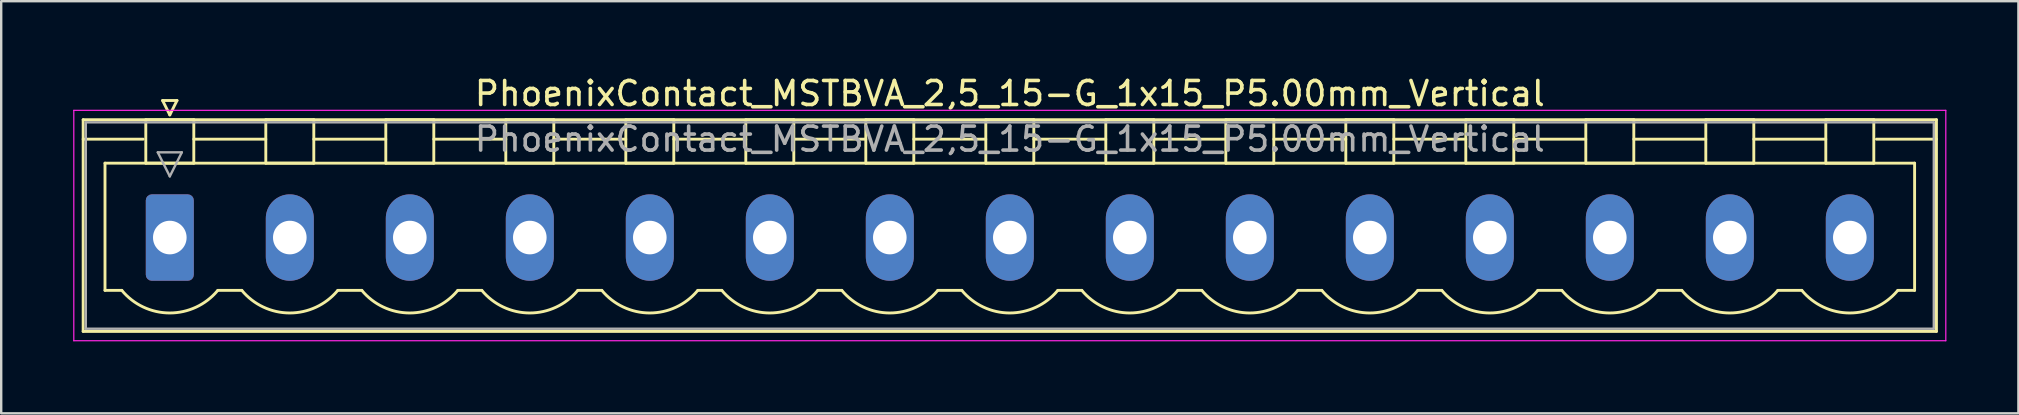
<source format=kicad_pcb>
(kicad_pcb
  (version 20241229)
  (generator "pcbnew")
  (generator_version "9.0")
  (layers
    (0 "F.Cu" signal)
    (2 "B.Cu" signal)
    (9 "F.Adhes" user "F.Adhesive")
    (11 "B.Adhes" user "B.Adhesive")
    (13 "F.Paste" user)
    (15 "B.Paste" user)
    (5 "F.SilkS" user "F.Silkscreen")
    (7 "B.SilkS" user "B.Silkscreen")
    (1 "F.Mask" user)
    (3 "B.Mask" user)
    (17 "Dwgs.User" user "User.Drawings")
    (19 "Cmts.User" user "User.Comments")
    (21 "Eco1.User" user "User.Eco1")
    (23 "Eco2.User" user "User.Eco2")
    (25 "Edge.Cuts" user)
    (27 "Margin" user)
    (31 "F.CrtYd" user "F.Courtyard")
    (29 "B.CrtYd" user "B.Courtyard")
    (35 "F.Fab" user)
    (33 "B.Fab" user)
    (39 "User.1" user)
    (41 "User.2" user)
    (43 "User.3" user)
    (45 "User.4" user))
  (footprint "PhoenixContact_MSTBVA_2,5_15-G_1x15_P5.00mm_Vertical"
    (layer "F.Cu")
    (at 4.025 6.848)
    (property "Reference" "PhoenixContact_MSTBVA_2,5_15-G_1x15_P5.00mm_Vertical" (at 35 -6 0) (layer "F.SilkS") (effects (font (size 1 1) (thickness 0.15))))
    (attr through_hole)
    (fp_line (start -3.61 -4.91) (end -3.61 3.91) (stroke (width 0.12) (type solid)) (layer "F.SilkS"))
    (fp_line (start -3.61 -4.1) (end -1.11 -4.1) (stroke (width 0.12) (type solid)) (layer "F.SilkS"))
    (fp_line (start -3.61 3.91) (end 73.61 3.91) (stroke (width 0.12) (type solid)) (layer "F.SilkS"))
    (fp_line (start -2.7 -3.1) (end 72.7 -3.1) (stroke (width 0.12) (type solid)) (layer "F.SilkS"))
    (fp_line (start -2.7 2.2) (end -2.7 -3.1) (stroke (width 0.12) (type solid)) (layer "F.SilkS"))
    (fp_line (start -2 2.2) (end -2.7 2.2) (stroke (width 0.12) (type solid)) (layer "F.SilkS"))
    (fp_line (start -1 -4.91) (end 1 -4.91) (stroke (width 0.12) (type solid)) (layer "F.SilkS"))
    (fp_line (start -1 -3.1) (end -1 -4.91) (stroke (width 0.12) (type solid)) (layer "F.SilkS"))
    (fp_line (start -0.3 -5.71) (end 0.3 -5.71) (stroke (width 0.12) (type solid)) (layer "F.SilkS"))
    (fp_line (start 0 -5.11) (end -0.3 -5.71) (stroke (width 0.12) (type solid)) (layer "F.SilkS"))
    (fp_line (start 0.3 -5.71) (end 0 -5.11) (stroke (width 0.12) (type solid)) (layer "F.SilkS"))
    (fp_line (start 1 -4.91) (end 1 -3.1) (stroke (width 0.12) (type solid)) (layer "F.SilkS"))
    (fp_line (start 1 -4.1) (end 4 -4.1) (stroke (width 0.12) (type solid)) (layer "F.SilkS"))
    (fp_line (start 1 -3.1) (end -1 -3.1) (stroke (width 0.12) (type solid)) (layer "F.SilkS"))
    (fp_line (start 2 2.2) (end 3 2.2) (stroke (width 0.12) (type solid)) (layer "F.SilkS"))
    (fp_line (start 4 -4.91) (end 6 -4.91) (stroke (width 0.12) (type solid)) (layer "F.SilkS"))
    (fp_line (start 4 -3.1) (end 4 -4.91) (stroke (width 0.12) (type solid)) (layer "F.SilkS"))
    (fp_line (start 6 -4.91) (end 6 -3.1) (stroke (width 0.12) (type solid)) (layer "F.SilkS"))
    (fp_line (start 6 -4.1) (end 9 -4.1) (stroke (width 0.12) (type solid)) (layer "F.SilkS"))
    (fp_line (start 6 -3.1) (end 4 -3.1) (stroke (width 0.12) (type solid)) (layer "F.SilkS"))
    (fp_line (start 7 2.2) (end 8 2.2) (stroke (width 0.12) (type solid)) (layer "F.SilkS"))
    (fp_line (start 9 -4.91) (end 11 -4.91) (stroke (width 0.12) (type solid)) (layer "F.SilkS"))
    (fp_line (start 9 -3.1) (end 9 -4.91) (stroke (width 0.12) (type solid)) (layer "F.SilkS"))
    (fp_line (start 11 -4.91) (end 11 -3.1) (stroke (width 0.12) (type solid)) (layer "F.SilkS"))
    (fp_line (start 11 -4.1) (end 14 -4.1) (stroke (width 0.12) (type solid)) (layer "F.SilkS"))
    (fp_line (start 11 -3.1) (end 9 -3.1) (stroke (width 0.12) (type solid)) (layer "F.SilkS"))
    (fp_line (start 12 2.2) (end 13 2.2) (stroke (width 0.12) (type solid)) (layer "F.SilkS"))
    (fp_line (start 14 -4.91) (end 16 -4.91) (stroke (width 0.12) (type solid)) (layer "F.SilkS"))
    (fp_line (start 14 -3.1) (end 14 -4.91) (stroke (width 0.12) (type solid)) (layer "F.SilkS"))
    (fp_line (start 16 -4.91) (end 16 -3.1) (stroke (width 0.12) (type solid)) (layer "F.SilkS"))
    (fp_line (start 16 -4.1) (end 19 -4.1) (stroke (width 0.12) (type solid)) (layer "F.SilkS"))
    (fp_line (start 16 -3.1) (end 14 -3.1) (stroke (width 0.12) (type solid)) (layer "F.SilkS"))
    (fp_line (start 17 2.2) (end 18 2.2) (stroke (width 0.12) (type solid)) (layer "F.SilkS"))
    (fp_line (start 19 -4.91) (end 21 -4.91) (stroke (width 0.12) (type solid)) (layer "F.SilkS"))
    (fp_line (start 19 -3.1) (end 19 -4.91) (stroke (width 0.12) (type solid)) (layer "F.SilkS"))
    (fp_line (start 21 -4.91) (end 21 -3.1) (stroke (width 0.12) (type solid)) (layer "F.SilkS"))
    (fp_line (start 21 -4.1) (end 24 -4.1) (stroke (width 0.12) (type solid)) (layer "F.SilkS"))
    (fp_line (start 21 -3.1) (end 19 -3.1) (stroke (width 0.12) (type solid)) (layer "F.SilkS"))
    (fp_line (start 22 2.2) (end 23 2.2) (stroke (width 0.12) (type solid)) (layer "F.SilkS"))
    (fp_line (start 24 -4.91) (end 26 -4.91) (stroke (width 0.12) (type solid)) (layer "F.SilkS"))
    (fp_line (start 24 -3.1) (end 24 -4.91) (stroke (width 0.12) (type solid)) (layer "F.SilkS"))
    (fp_line (start 26 -4.91) (end 26 -3.1) (stroke (width 0.12) (type solid)) (layer "F.SilkS"))
    (fp_line (start 26 -4.1) (end 29 -4.1) (stroke (width 0.12) (type solid)) (layer "F.SilkS"))
    (fp_line (start 26 -3.1) (end 24 -3.1) (stroke (width 0.12) (type solid)) (layer "F.SilkS"))
    (fp_line (start 27 2.2) (end 28 2.2) (stroke (width 0.12) (type solid)) (layer "F.SilkS"))
    (fp_line (start 29 -4.91) (end 31 -4.91) (stroke (width 0.12) (type solid)) (layer "F.SilkS"))
    (fp_line (start 29 -3.1) (end 29 -4.91) (stroke (width 0.12) (type solid)) (layer "F.SilkS"))
    (fp_line (start 31 -4.91) (end 31 -3.1) (stroke (width 0.12) (type solid)) (layer "F.SilkS"))
    (fp_line (start 31 -4.1) (end 34 -4.1) (stroke (width 0.12) (type solid)) (layer "F.SilkS"))
    (fp_line (start 31 -3.1) (end 29 -3.1) (stroke (width 0.12) (type solid)) (layer "F.SilkS"))
    (fp_line (start 32 2.2) (end 33 2.2) (stroke (width 0.12) (type solid)) (layer "F.SilkS"))
    (fp_line (start 34 -4.91) (end 36 -4.91) (stroke (width 0.12) (type solid)) (layer "F.SilkS"))
    (fp_line (start 34 -3.1) (end 34 -4.91) (stroke (width 0.12) (type solid)) (layer "F.SilkS"))
    (fp_line (start 36 -4.91) (end 36 -3.1) (stroke (width 0.12) (type solid)) (layer "F.SilkS"))
    (fp_line (start 36 -4.1) (end 39 -4.1) (stroke (width 0.12) (type solid)) (layer "F.SilkS"))
    (fp_line (start 36 -3.1) (end 34 -3.1) (stroke (width 0.12) (type solid)) (layer "F.SilkS"))
    (fp_line (start 37 2.2) (end 38 2.2) (stroke (width 0.12) (type solid)) (layer "F.SilkS"))
    (fp_line (start 39 -4.91) (end 41 -4.91) (stroke (width 0.12) (type solid)) (layer "F.SilkS"))
    (fp_line (start 39 -3.1) (end 39 -4.91) (stroke (width 0.12) (type solid)) (layer "F.SilkS"))
    (fp_line (start 41 -4.91) (end 41 -3.1) (stroke (width 0.12) (type solid)) (layer "F.SilkS"))
    (fp_line (start 41 -4.1) (end 44 -4.1) (stroke (width 0.12) (type solid)) (layer "F.SilkS"))
    (fp_line (start 41 -3.1) (end 39 -3.1) (stroke (width 0.12) (type solid)) (layer "F.SilkS"))
    (fp_line (start 42 2.2) (end 43 2.2) (stroke (width 0.12) (type solid)) (layer "F.SilkS"))
    (fp_line (start 44 -4.91) (end 46 -4.91) (stroke (width 0.12) (type solid)) (layer "F.SilkS"))
    (fp_line (start 44 -3.1) (end 44 -4.91) (stroke (width 0.12) (type solid)) (layer "F.SilkS"))
    (fp_line (start 46 -4.91) (end 46 -3.1) (stroke (width 0.12) (type solid)) (layer "F.SilkS"))
    (fp_line (start 46 -4.1) (end 49 -4.1) (stroke (width 0.12) (type solid)) (layer "F.SilkS"))
    (fp_line (start 46 -3.1) (end 44 -3.1) (stroke (width 0.12) (type solid)) (layer "F.SilkS"))
    (fp_line (start 47 2.2) (end 48 2.2) (stroke (width 0.12) (type solid)) (layer "F.SilkS"))
    (fp_line (start 49 -4.91) (end 51 -4.91) (stroke (width 0.12) (type solid)) (layer "F.SilkS"))
    (fp_line (start 49 -3.1) (end 49 -4.91) (stroke (width 0.12) (type solid)) (layer "F.SilkS"))
    (fp_line (start 51 -4.91) (end 51 -3.1) (stroke (width 0.12) (type solid)) (layer "F.SilkS"))
    (fp_line (start 51 -4.1) (end 54 -4.1) (stroke (width 0.12) (type solid)) (layer "F.SilkS"))
    (fp_line (start 51 -3.1) (end 49 -3.1) (stroke (width 0.12) (type solid)) (layer "F.SilkS"))
    (fp_line (start 52 2.2) (end 53 2.2) (stroke (width 0.12) (type solid)) (layer "F.SilkS"))
    (fp_line (start 54 -4.91) (end 56 -4.91) (stroke (width 0.12) (type solid)) (layer "F.SilkS"))
    (fp_line (start 54 -3.1) (end 54 -4.91) (stroke (width 0.12) (type solid)) (layer "F.SilkS"))
    (fp_line (start 56 -4.91) (end 56 -3.1) (stroke (width 0.12) (type solid)) (layer "F.SilkS"))
    (fp_line (start 56 -4.1) (end 59 -4.1) (stroke (width 0.12) (type solid)) (layer "F.SilkS"))
    (fp_line (start 56 -3.1) (end 54 -3.1) (stroke (width 0.12) (type solid)) (layer "F.SilkS"))
    (fp_line (start 57 2.2) (end 58 2.2) (stroke (width 0.12) (type solid)) (layer "F.SilkS"))
    (fp_line (start 59 -4.91) (end 61 -4.91) (stroke (width 0.12) (type solid)) (layer "F.SilkS"))
    (fp_line (start 59 -3.1) (end 59 -4.91) (stroke (width 0.12) (type solid)) (layer "F.SilkS"))
    (fp_line (start 61 -4.91) (end 61 -3.1) (stroke (width 0.12) (type solid)) (layer "F.SilkS"))
    (fp_line (start 61 -4.1) (end 64 -4.1) (stroke (width 0.12) (type solid)) (layer "F.SilkS"))
    (fp_line (start 61 -3.1) (end 59 -3.1) (stroke (width 0.12) (type solid)) (layer "F.SilkS"))
    (fp_line (start 62 2.2) (end 63 2.2) (stroke (width 0.12) (type solid)) (layer "F.SilkS"))
    (fp_line (start 64 -4.91) (end 66 -4.91) (stroke (width 0.12) (type solid)) (layer "F.SilkS"))
    (fp_line (start 64 -3.1) (end 64 -4.91) (stroke (width 0.12) (type solid)) (layer "F.SilkS"))
    (fp_line (start 66 -4.91) (end 66 -3.1) (stroke (width 0.12) (type solid)) (layer "F.SilkS"))
    (fp_line (start 66 -4.1) (end 69 -4.1) (stroke (width 0.12) (type solid)) (layer "F.SilkS"))
    (fp_line (start 66 -3.1) (end 64 -3.1) (stroke (width 0.12) (type solid)) (layer "F.SilkS"))
    (fp_line (start 67 2.2) (end 68 2.2) (stroke (width 0.12) (type solid)) (layer "F.SilkS"))
    (fp_line (start 69 -4.91) (end 71 -4.91) (stroke (width 0.12) (type solid)) (layer "F.SilkS"))
    (fp_line (start 69 -3.1) (end 69 -4.91) (stroke (width 0.12) (type solid)) (layer "F.SilkS"))
    (fp_line (start 71 -4.91) (end 71 -3.1) (stroke (width 0.12) (type solid)) (layer "F.SilkS"))
    (fp_line (start 71 -3.1) (end 69 -3.1) (stroke (width 0.12) (type solid)) (layer "F.SilkS"))
    (fp_line (start 72.7 -3.1) (end 72.7 2.2) (stroke (width 0.12) (type solid)) (layer "F.SilkS"))
    (fp_line (start 72.7 2.2) (end 72 2.2) (stroke (width 0.12) (type solid)) (layer "F.SilkS"))
    (fp_line (start 73.61 -4.91) (end -3.61 -4.91) (stroke (width 0.12) (type solid)) (layer "F.SilkS"))
    (fp_line (start 73.61 -4.1) (end 71.11 -4.1) (stroke (width 0.12) (type solid)) (layer "F.SilkS"))
    (fp_line (start 73.61 3.91) (end 73.61 -4.91) (stroke (width 0.12) (type solid)) (layer "F.SilkS"))
    (fp_arc (start 1.986842 2.215821) (mid -0.010289 3.142758) (end -2 2.2) (stroke (width 0.12) (type solid)) (layer "F.SilkS"))
    (fp_arc (start 6.986842 2.215821) (mid 4.989711 3.142758) (end 3 2.2) (stroke (width 0.12) (type solid)) (layer "F.SilkS"))
    (fp_arc (start 11.986842 2.215821) (mid 9.989711 3.142758) (end 8 2.2) (stroke (width 0.12) (type solid)) (layer "F.SilkS"))
    (fp_arc (start 16.986842 2.215821) (mid 14.989711 3.142758) (end 13 2.2) (stroke (width 0.12) (type solid)) (layer "F.SilkS"))
    (fp_arc (start 21.986842 2.215821) (mid 19.989711 3.142758) (end 18 2.2) (stroke (width 0.12) (type solid)) (layer "F.SilkS"))
    (fp_arc (start 26.986842 2.215821) (mid 24.989711 3.142758) (end 23 2.2) (stroke (width 0.12) (type solid)) (layer "F.SilkS"))
    (fp_arc (start 31.986842 2.215821) (mid 29.989711 3.142758) (end 28 2.2) (stroke (width 0.12) (type solid)) (layer "F.SilkS"))
    (fp_arc (start 36.986842 2.215821) (mid 34.989711 3.142758) (end 33 2.2) (stroke (width 0.12) (type solid)) (layer "F.SilkS"))
    (fp_arc (start 41.986842 2.215821) (mid 39.989711 3.142758) (end 38 2.2) (stroke (width 0.12) (type solid)) (layer "F.SilkS"))
    (fp_arc (start 46.986842 2.215821) (mid 44.989711 3.142758) (end 43 2.2) (stroke (width 0.12) (type solid)) (layer "F.SilkS"))
    (fp_arc (start 51.986842 2.215821) (mid 49.989711 3.142758) (end 48 2.2) (stroke (width 0.12) (type solid)) (layer "F.SilkS"))
    (fp_arc (start 56.986842 2.215821) (mid 54.989711 3.142758) (end 53 2.2) (stroke (width 0.12) (type solid)) (layer "F.SilkS"))
    (fp_arc (start 61.986842 2.215821) (mid 59.989711 3.142758) (end 58 2.2) (stroke (width 0.12) (type solid)) (layer "F.SilkS"))
    (fp_arc (start 66.986842 2.215821) (mid 64.989711 3.142758) (end 63 2.2) (stroke (width 0.12) (type solid)) (layer "F.SilkS"))
    (fp_arc (start 71.986842 2.215821) (mid 69.989711 3.142758) (end 68 2.2) (stroke (width 0.12) (type solid)) (layer "F.SilkS"))
    (fp_line (start -4 -5.3) (end -4 4.3) (stroke (width 0.05) (type solid)) (layer "F.CrtYd"))
    (fp_line (start -4 4.3) (end 74 4.3) (stroke (width 0.05) (type solid)) (layer "F.CrtYd"))
    (fp_line (start 74 -5.3) (end -4 -5.3) (stroke (width 0.05) (type solid)) (layer "F.CrtYd"))
    (fp_line (start 74 4.3) (end 74 -5.3) (stroke (width 0.05) (type solid)) (layer "F.CrtYd"))
    (fp_line (start -3.5 -4.8) (end -3.5 3.8) (stroke (width 0.1) (type solid)) (layer "F.Fab"))
    (fp_line (start -3.5 3.8) (end 73.5 3.8) (stroke (width 0.1) (type solid)) (layer "F.Fab"))
    (fp_line (start -0.5 -3.55) (end 0.5 -3.55) (stroke (width 0.1) (type solid)) (layer "F.Fab"))
    (fp_line (start 0 -2.55) (end -0.5 -3.55) (stroke (width 0.1) (type solid)) (layer "F.Fab"))
    (fp_line (start 0.5 -3.55) (end 0 -2.55) (stroke (width 0.1) (type solid)) (layer "F.Fab"))
    (fp_line (start 73.5 -4.8) (end -3.5 -4.8) (stroke (width 0.1) (type solid)) (layer "F.Fab"))
    (fp_line (start 73.5 3.8) (end 73.5 -4.8) (stroke (width 0.1) (type solid)) (layer "F.Fab"))
    (fp_text user "${REFERENCE}" (at 35 -4.1 0) (layer "F.Fab") (effects (font (size 1 1) (thickness 0.15))))
    (pad "1" thru_hole roundrect (at 0 0) (size 2 3.6) (drill 1.4) (layers "*.Cu" "*.Mask") (roundrect_rratio 0.125))
    (pad "2" thru_hole oval (at 5 0) (size 2 3.6) (drill 1.4) (layers "*.Cu" "*.Mask"))
    (pad "3" thru_hole oval (at 10 0) (size 2 3.6) (drill 1.4) (layers "*.Cu" "*.Mask"))
    (pad "4" thru_hole oval (at 15 0) (size 2 3.6) (drill 1.4) (layers "*.Cu" "*.Mask"))
    (pad "5" thru_hole oval (at 20 0) (size 2 3.6) (drill 1.4) (layers "*.Cu" "*.Mask"))
    (pad "6" thru_hole oval (at 25 0) (size 2 3.6) (drill 1.4) (layers "*.Cu" "*.Mask"))
    (pad "7" thru_hole oval (at 30 0) (size 2 3.6) (drill 1.4) (layers "*.Cu" "*.Mask"))
    (pad "8" thru_hole oval (at 35 0) (size 2 3.6) (drill 1.4) (layers "*.Cu" "*.Mask"))
    (pad "9" thru_hole oval (at 40 0) (size 2 3.6) (drill 1.4) (layers "*.Cu" "*.Mask"))
    (pad "10" thru_hole oval (at 45 0) (size 2 3.6) (drill 1.4) (layers "*.Cu" "*.Mask"))
    (pad "11" thru_hole oval (at 50 0) (size 2 3.6) (drill 1.4) (layers "*.Cu" "*.Mask"))
    (pad "12" thru_hole oval (at 55 0) (size 2 3.6) (drill 1.4) (layers "*.Cu" "*.Mask"))
    (pad "13" thru_hole oval (at 60 0) (size 2 3.6) (drill 1.4) (layers "*.Cu" "*.Mask"))
    (pad "14" thru_hole oval (at 65 0) (size 2 3.6) (drill 1.4) (layers "*.Cu" "*.Mask"))
    (pad "15" thru_hole oval (at 70 0) (size 2 3.6) (drill 1.4) (layers "*.Cu" "*.Mask")))
  (gr_rect
    (start -3 -3)
    (end 81.05 14.173)
    (stroke (width 0.1) (type default))
    (fill no)
    (layer "Edge.Cuts")))
</source>
